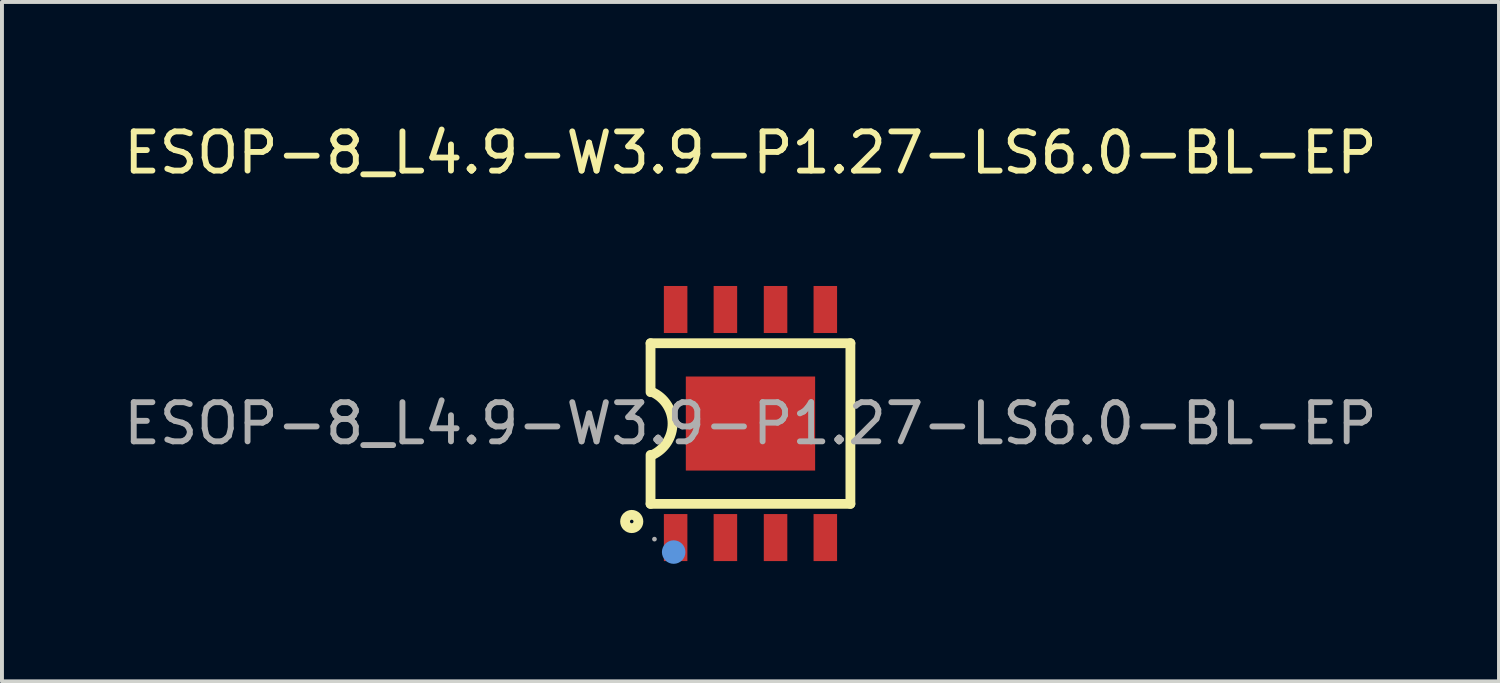
<source format=kicad_pcb>
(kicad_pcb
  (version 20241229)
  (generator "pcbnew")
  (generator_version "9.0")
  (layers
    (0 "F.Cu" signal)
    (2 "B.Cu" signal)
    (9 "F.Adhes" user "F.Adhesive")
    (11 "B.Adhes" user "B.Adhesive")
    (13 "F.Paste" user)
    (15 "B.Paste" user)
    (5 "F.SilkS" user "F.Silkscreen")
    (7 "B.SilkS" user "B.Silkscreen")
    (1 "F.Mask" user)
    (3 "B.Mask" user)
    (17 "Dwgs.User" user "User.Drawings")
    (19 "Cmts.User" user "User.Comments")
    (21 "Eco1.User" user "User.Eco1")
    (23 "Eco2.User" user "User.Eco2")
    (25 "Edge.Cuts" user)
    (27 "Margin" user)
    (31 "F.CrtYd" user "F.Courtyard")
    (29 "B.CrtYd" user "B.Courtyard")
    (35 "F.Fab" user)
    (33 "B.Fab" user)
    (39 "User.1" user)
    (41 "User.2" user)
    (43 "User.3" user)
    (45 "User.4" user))
  (footprint "ESOP-8_L4.9-W3.9-P1.27-LS6.0-BL-EP"
    (layer "F.Cu")
    (at 16.101 7.758)
    (property "Reference" "ESOP-8_L4.9-W3.9-P1.27-LS6.0-BL-EP" (at 0 -6.91 0) (layer "F.SilkS") (effects (font (size 1 1) (thickness 0.15))))
    (attr smd)
    (fp_line (start -2.55 -2.05) (end 2.55 -2.05) (stroke (width 0.25) (type solid)) (layer "F.SilkS"))
    (fp_line (start -2.55 -0.8) (end -2.55 -2.05) (stroke (width 0.25) (type solid)) (layer "F.SilkS"))
    (fp_line (start -2.55 0.8) (end -2.55 2.05) (stroke (width 0.25) (type solid)) (layer "F.SilkS"))
    (fp_line (start 2.55 -2.05) (end 2.55 2.05) (stroke (width 0.25) (type solid)) (layer "F.SilkS"))
    (fp_line (start 2.55 2.05) (end -2.55 2.05) (stroke (width 0.25) (type solid)) (layer "F.SilkS"))
    (fp_arc (start -2.505609 -0.80257) (mid -1.988586 -0.003085) (end -2.5 0.8) (stroke (width 0.25) (type solid)) (layer "F.SilkS"))
    (fp_circle (center -3.03 2.5) (end -2.86 2.5) (stroke (width 0.25) (type solid)) (fill no) (layer "F.SilkS"))
    (fp_circle (center -1.96 3.28) (end -1.81 3.28) (stroke (width 0.3) (type solid)) (fill no) (layer "Cmts.User"))
    (fp_circle (center -2.45 2.95) (end -2.42 2.95) (stroke (width 0.06) (type solid)) (fill no) (layer "F.Fab"))
    (fp_text user "${REFERENCE}" (at 0 0 0) (layer "F.Fab") (effects (font (size 1 1) (thickness 0.15))))
    (pad "1" smd rect (at -1.91 2.91) (size 0.6 1.2) (layers "F.Cu" "F.Mask" "F.Paste"))
    (pad "2" smd rect (at -0.64 2.91) (size 0.6 1.2) (layers "F.Cu" "F.Mask" "F.Paste"))
    (pad "3" smd rect (at 0.64 2.91) (size 0.6 1.2) (layers "F.Cu" "F.Mask" "F.Paste"))
    (pad "4" smd rect (at 1.91 2.91) (size 0.6 1.2) (layers "F.Cu" "F.Mask" "F.Paste"))
    (pad "5" smd rect (at 1.91 -2.91) (size 0.6 1.2) (layers "F.Cu" "F.Mask" "F.Paste"))
    (pad "6" smd rect (at 0.64 -2.91) (size 0.6 1.2) (layers "F.Cu" "F.Mask" "F.Paste"))
    (pad "7" smd rect (at -0.64 -2.91) (size 0.6 1.2) (layers "F.Cu" "F.Mask" "F.Paste"))
    (pad "8" smd rect (at -1.91 -2.91) (size 0.6 1.2) (layers "F.Cu" "F.Mask" "F.Paste"))
    (pad "9" smd rect (at 0 0 180) (size 3.3 2.4) (layers "F.Cu" "F.Mask" "F.Paste")))
  (gr_rect
    (start -3 -3)
    (end 35.202 14.338)
    (stroke (width 0.1) (type default))
    (fill no)
    (layer "Edge.Cuts")))
</source>
